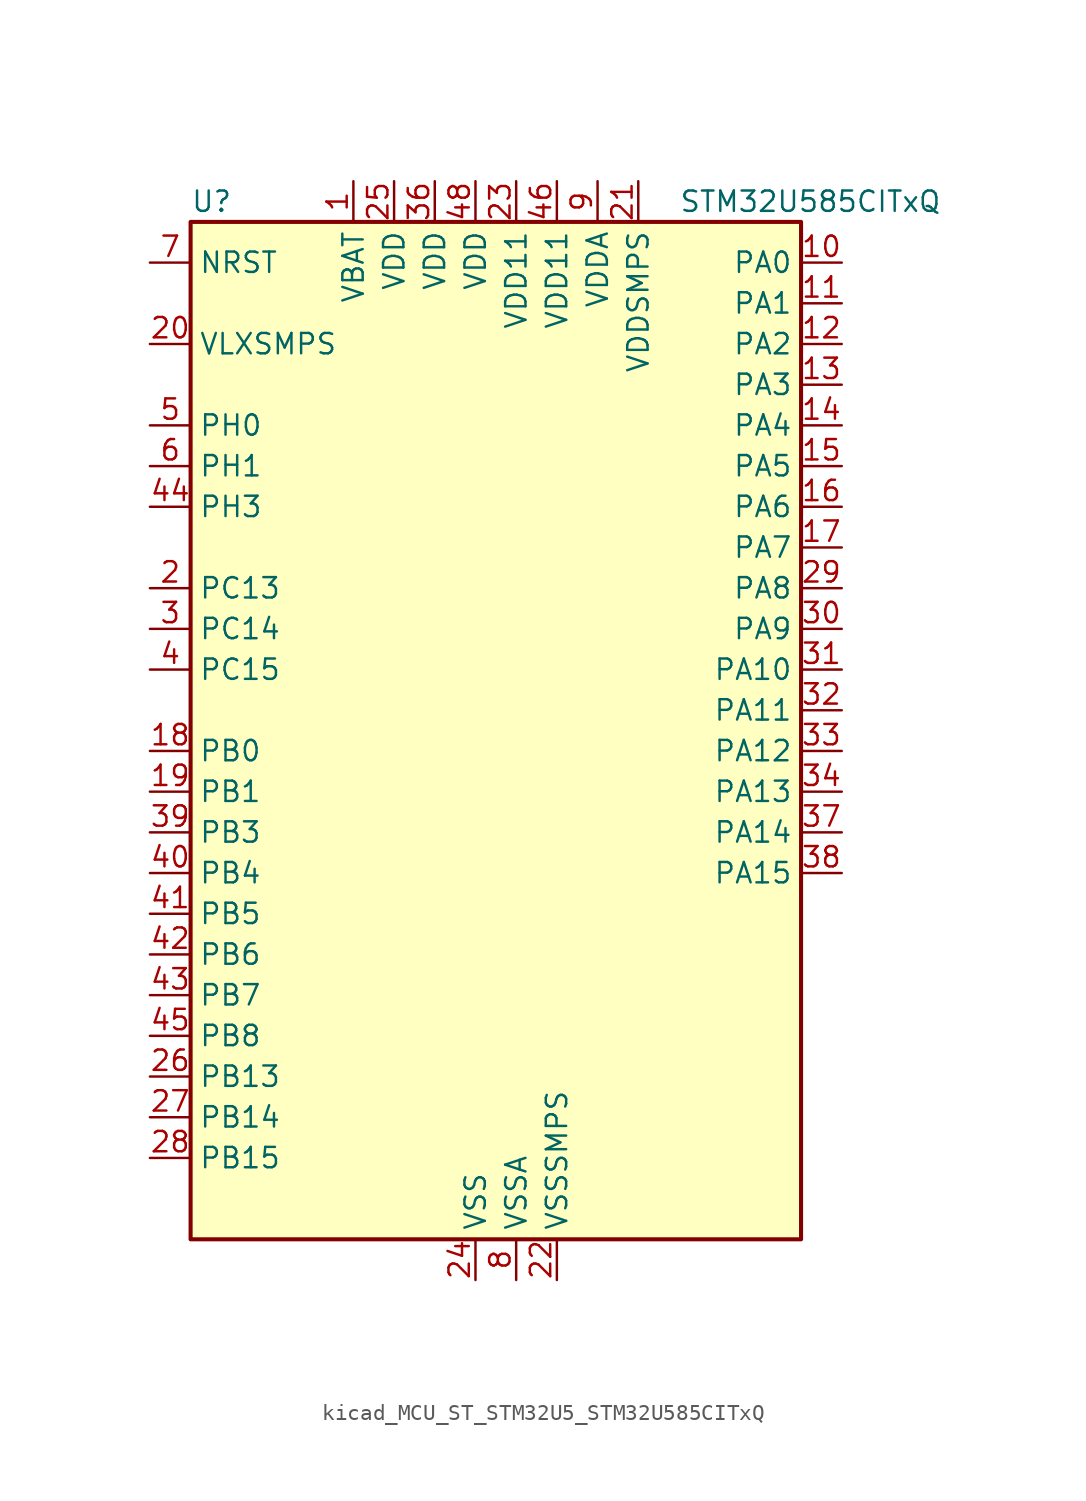
<source format=kicad_sym>
(kicad_symbol_lib
  (version 20220914)
  (generator kicad_symbol_editor)
  (symbol "kicad_MCU_ST_STM32U5_STM32U585CITxQ"
    (property "Reference" "U"
      (at -17.78 34.29 0)
      (effects (font (size 1.27 1.27)) (justify left)))
    (property "Value" "STM32U585CITxQ"
      (at 12.7 34.29 0)
      (effects (font (size 1.27 1.27)) (justify left)))
    (property "ki_locked" ""
      (at 0 0 0)
      (effects (font (size 1.27 1.27))))
    (symbol "kicad_MCU_ST_STM32U5_STM32U585CITxQ_0_1"
      (rectangle (start -17.78 -30.48) (end 20.32 33.02) (stroke (width 0.254) (type default)) (fill (type background))))
    (symbol "kicad_MCU_ST_STM32U5_STM32U585CITxQ_1_1"
      (pin power_in line (at -7.62 35.56 270) (length 2.54) (name "VBAT" (effects (font (size 1.27 1.27)))) (number "1" (effects (font (size 1.27 1.27)))))
      (pin bidirectional line (at 22.86 30.48 180) (length 2.54) (name "PA0" (effects (font (size 1.27 1.27)))) (number "10" (effects (font (size 1.27 1.27)))) (alternate "ADC1_IN5" bidirectional line) (alternate "AUDIOCLK" bidirectional line) (alternate "OCTOSPIM_P2_NCS" bidirectional line) (alternate "OPAMP1_VINP" bidirectional line) (alternate "PWR_WKUP1" bidirectional line) (alternate "SPI3_RDY" bidirectional line) (alternate "TAMP_IN2" bidirectional line) (alternate "TAMP_OUT1" bidirectional line) (alternate "TIM2_CH1" bidirectional line) (alternate "TIM2_ETR" bidirectional line) (alternate "TIM5_CH1" bidirectional line) (alternate "TIM8_ETR" bidirectional line) (alternate "UART4_TX" bidirectional line) (alternate "USART2_CTS" bidirectional line))
      (pin bidirectional line (at 22.86 27.94 180) (length 2.54) (name "PA1" (effects (font (size 1.27 1.27)))) (number "11" (effects (font (size 1.27 1.27)))) (alternate "ADC1_IN6" bidirectional line) (alternate "I2C1_SMBA" bidirectional line) (alternate "LPTIM1_CH2" bidirectional line) (alternate "OCTOSPIM_P1_DQS" bidirectional line) (alternate "OPAMP1_VINM" bidirectional line) (alternate "PWR_WKUP3" bidirectional line) (alternate "SPI1_SCK" bidirectional line) (alternate "TAMP_IN5" bidirectional line) (alternate "TAMP_OUT4" bidirectional line) (alternate "TIM15_CH1N" bidirectional line) (alternate "TIM2_CH2" bidirectional line) (alternate "TIM5_CH2" bidirectional line) (alternate "UART4_RX" bidirectional line) (alternate "USART2_DE" bidirectional line) (alternate "USART2_RTS" bidirectional line))
      (pin bidirectional line (at 22.86 25.4 180) (length 2.54) (name "PA2" (effects (font (size 1.27 1.27)))) (number "12" (effects (font (size 1.27 1.27)))) (alternate "ADC1_IN7" bidirectional line) (alternate "COMP1_INP" bidirectional line) (alternate "LPUART1_TX" bidirectional line) (alternate "OCTOSPIM_P1_NCS" bidirectional line) (alternate "PWR_WKUP4" bidirectional line) (alternate "RCC_LSCO" bidirectional line) (alternate "SPI1_RDY" bidirectional line) (alternate "TIM15_CH1" bidirectional line) (alternate "TIM2_CH3" bidirectional line) (alternate "TIM5_CH3" bidirectional line) (alternate "UCPD1_FRSTX1" bidirectional line) (alternate "USART2_TX" bidirectional line))
      (pin bidirectional line (at 22.86 22.86 180) (length 2.54) (name "PA3" (effects (font (size 1.27 1.27)))) (number "13" (effects (font (size 1.27 1.27)))) (alternate "ADC1_IN8" bidirectional line) (alternate "LPUART1_RX" bidirectional line) (alternate "OCTOSPIM_P1_CLK" bidirectional line) (alternate "OPAMP1_VOUT" bidirectional line) (alternate "PWR_WKUP5" bidirectional line) (alternate "SAI1_CK1" bidirectional line) (alternate "SAI1_MCLK_A" bidirectional line) (alternate "TIM15_CH2" bidirectional line) (alternate "TIM2_CH4" bidirectional line) (alternate "TIM5_CH4" bidirectional line) (alternate "USART2_RX" bidirectional line))
      (pin bidirectional line (at 22.86 20.32 180) (length 2.54) (name "PA4" (effects (font (size 1.27 1.27)))) (number "14" (effects (font (size 1.27 1.27)))) (alternate "ADC1_IN9" bidirectional line) (alternate "ADC4_IN9" bidirectional line) (alternate "DAC1_OUT1" bidirectional line) (alternate "LPTIM2_CH1" bidirectional line) (alternate "OCTOSPIM_P1_NCS" bidirectional line) (alternate "PWR_WKUP2" bidirectional line) (alternate "SAI1_FS_B" bidirectional line) (alternate "SPI1_NSS" bidirectional line) (alternate "SPI3_NSS" bidirectional line) (alternate "USART2_CK" bidirectional line))
      (pin bidirectional line (at 22.86 17.78 180) (length 2.54) (name "PA5" (effects (font (size 1.27 1.27)))) (number "15" (effects (font (size 1.27 1.27)))) (alternate "ADC1_IN10" bidirectional line) (alternate "ADC4_IN10" bidirectional line) (alternate "DAC1_OUT2" bidirectional line) (alternate "LPTIM2_ETR" bidirectional line) (alternate "PWR_CSLEEP" bidirectional line) (alternate "PWR_WKUP6" bidirectional line) (alternate "SPI1_SCK" bidirectional line) (alternate "TIM2_CH1" bidirectional line) (alternate "TIM2_ETR" bidirectional line) (alternate "TIM8_CH1N" bidirectional line) (alternate "USART3_RX" bidirectional line))
      (pin bidirectional line (at 22.86 15.24 180) (length 2.54) (name "PA6" (effects (font (size 1.27 1.27)))) (number "16" (effects (font (size 1.27 1.27)))) (alternate "ADC1_IN11" bidirectional line) (alternate "ADC4_IN11" bidirectional line) (alternate "LPUART1_CTS" bidirectional line) (alternate "OCTOSPIM_P1_IO3" bidirectional line) (alternate "OPAMP2_VINP" bidirectional line) (alternate "PWR_CDSTOP" bidirectional line) (alternate "PWR_WKUP7" bidirectional line) (alternate "SPI1_MISO" bidirectional line) (alternate "TIM16_CH1" bidirectional line) (alternate "TIM1_BKIN" bidirectional line) (alternate "TIM3_CH1" bidirectional line) (alternate "TIM8_BKIN" bidirectional line) (alternate "USART3_CTS" bidirectional line))
      (pin bidirectional line (at 22.86 12.7 180) (length 2.54) (name "PA7" (effects (font (size 1.27 1.27)))) (number "17" (effects (font (size 1.27 1.27)))) (alternate "ADC1_IN12" bidirectional line) (alternate "ADC4_IN20" bidirectional line) (alternate "I2C3_SCL" bidirectional line) (alternate "LPTIM2_CH2" bidirectional line) (alternate "OCTOSPIM_P1_IO2" bidirectional line) (alternate "OPAMP2_VINM" bidirectional line) (alternate "PWR_SRDSTOP" bidirectional line) (alternate "PWR_WKUP8" bidirectional line) (alternate "SPI1_MOSI" bidirectional line) (alternate "TIM17_CH1" bidirectional line) (alternate "TIM1_CH1N" bidirectional line) (alternate "TIM3_CH2" bidirectional line) (alternate "TIM8_CH1N" bidirectional line) (alternate "USART3_TX" bidirectional line))
      (pin bidirectional line (at -20.32 0 0) (length 2.54) (name "PB0" (effects (font (size 1.27 1.27)))) (number "18" (effects (font (size 1.27 1.27)))) (alternate "ADC1_IN15" bidirectional line) (alternate "ADC4_IN18" bidirectional line) (alternate "AUDIOCLK" bidirectional line) (alternate "COMP1_OUT" bidirectional line) (alternate "LPTIM3_CH1" bidirectional line) (alternate "OCTOSPIM_P1_IO1" bidirectional line) (alternate "OPAMP2_VOUT" bidirectional line) (alternate "SPI1_NSS" bidirectional line) (alternate "TIM1_CH2N" bidirectional line) (alternate "TIM3_CH3" bidirectional line) (alternate "TIM8_CH2N" bidirectional line) (alternate "USART3_CK" bidirectional line))
      (pin bidirectional line (at -20.32 -2.54 0) (length 2.54) (name "PB1" (effects (font (size 1.27 1.27)))) (number "19" (effects (font (size 1.27 1.27)))) (alternate "ADC1_IN16" bidirectional line) (alternate "ADC4_IN19" bidirectional line) (alternate "COMP1_INM" bidirectional line) (alternate "LPTIM2_IN1" bidirectional line) (alternate "LPTIM3_CH2" bidirectional line) (alternate "LPUART1_DE" bidirectional line) (alternate "LPUART1_RTS" bidirectional line) (alternate "MDF1_SDI0" bidirectional line) (alternate "OCTOSPIM_P1_IO0" bidirectional line) (alternate "PWR_WKUP4" bidirectional line) (alternate "TIM1_CH3N" bidirectional line) (alternate "TIM3_CH4" bidirectional line) (alternate "TIM8_CH3N" bidirectional line) (alternate "USART3_DE" bidirectional line) (alternate "USART3_RTS" bidirectional line))
      (pin bidirectional line (at -20.32 10.16 0) (length 2.54) (name "PC13" (effects (font (size 1.27 1.27)))) (number "2" (effects (font (size 1.27 1.27)))) (alternate "PWR_WKUP2" bidirectional line) (alternate "RTC_OUT1" bidirectional line) (alternate "RTC_TS" bidirectional line) (alternate "TAMP_IN1" bidirectional line) (alternate "TAMP_OUT2" bidirectional line))
      (pin power_in line (at -20.32 25.4 0) (length 2.54) (name "VLXSMPS" (effects (font (size 1.27 1.27)))) (number "20" (effects (font (size 1.27 1.27)))))
      (pin power_in line (at 10.16 35.56 270) (length 2.54) (name "VDDSMPS" (effects (font (size 1.27 1.27)))) (number "21" (effects (font (size 1.27 1.27)))))
      (pin power_in line (at 5.08 -33.02 90) (length 2.54) (name "VSSSMPS" (effects (font (size 1.27 1.27)))) (number "22" (effects (font (size 1.27 1.27)))))
      (pin power_in line (at 2.54 35.56 270) (length 2.54) (name "VDD11" (effects (font (size 1.27 1.27)))) (number "23" (effects (font (size 1.27 1.27)))))
      (pin power_in line (at 0 -33.02 90) (length 2.54) (name "VSS" (effects (font (size 1.27 1.27)))) (number "24" (effects (font (size 1.27 1.27)))))
      (pin power_in line (at -5.08 35.56 270) (length 2.54) (name "VDD" (effects (font (size 1.27 1.27)))) (number "25" (effects (font (size 1.27 1.27)))))
      (pin bidirectional line (at -20.32 -20.32 0) (length 2.54) (name "PB13" (effects (font (size 1.27 1.27)))) (number "26" (effects (font (size 1.27 1.27)))) (alternate "I2C2_SCL" bidirectional line) (alternate "LPTIM3_IN1" bidirectional line) (alternate "LPUART1_CTS" bidirectional line) (alternate "MDF1_CKI1" bidirectional line) (alternate "SPI2_SCK" bidirectional line) (alternate "TIM15_CH1N" bidirectional line) (alternate "TIM1_CH1N" bidirectional line) (alternate "TSC_G1_IO2" bidirectional line) (alternate "USART3_CTS" bidirectional line))
      (pin bidirectional line (at -20.32 -22.86 0) (length 2.54) (name "PB14" (effects (font (size 1.27 1.27)))) (number "27" (effects (font (size 1.27 1.27)))) (alternate "I2C2_SDA" bidirectional line) (alternate "LPTIM3_ETR" bidirectional line) (alternate "MDF1_SDI2" bidirectional line) (alternate "SPI2_MISO" bidirectional line) (alternate "TIM15_CH1" bidirectional line) (alternate "TIM1_CH2N" bidirectional line) (alternate "TIM8_CH2N" bidirectional line) (alternate "TSC_G1_IO3" bidirectional line) (alternate "UCPD1_DBCC2" bidirectional line) (alternate "USART3_DE" bidirectional line) (alternate "USART3_RTS" bidirectional line))
      (pin bidirectional line (at -20.32 -25.4 0) (length 2.54) (name "PB15" (effects (font (size 1.27 1.27)))) (number "28" (effects (font (size 1.27 1.27)))) (alternate "ADC1_EXTI15" bidirectional line) (alternate "ADC4_EXTI15" bidirectional line) (alternate "LPTIM2_IN2" bidirectional line) (alternate "MDF1_CKI2" bidirectional line) (alternate "PWR_WKUP7" bidirectional line) (alternate "RTC_REFIN" bidirectional line) (alternate "SPI2_MOSI" bidirectional line) (alternate "TIM15_CH2" bidirectional line) (alternate "TIM1_CH3N" bidirectional line) (alternate "TIM8_CH3N" bidirectional line) (alternate "UCPD1_CC2" bidirectional line))
      (pin bidirectional line (at 22.86 10.16 180) (length 2.54) (name "PA8" (effects (font (size 1.27 1.27)))) (number "29" (effects (font (size 1.27 1.27)))) (alternate "DEBUG_TRACECLK" bidirectional line) (alternate "LPTIM2_CH1" bidirectional line) (alternate "RCC_MCO" bidirectional line) (alternate "SAI1_CK2" bidirectional line) (alternate "SAI1_SCK_A" bidirectional line) (alternate "SPI1_RDY" bidirectional line) (alternate "TIM1_CH1" bidirectional line) (alternate "USART1_CK" bidirectional line) (alternate "USB_OTG_FS_SOF" bidirectional line))
      (pin bidirectional line (at -20.32 7.62 0) (length 2.54) (name "PC14" (effects (font (size 1.27 1.27)))) (number "3" (effects (font (size 1.27 1.27)))) (alternate "RCC_OSC32_IN" bidirectional line))
      (pin bidirectional line (at 22.86 7.62 180) (length 2.54) (name "PA9" (effects (font (size 1.27 1.27)))) (number "30" (effects (font (size 1.27 1.27)))) (alternate "DAC1_EXTI9" bidirectional line) (alternate "SAI1_FS_A" bidirectional line) (alternate "SPI2_SCK" bidirectional line) (alternate "TIM15_BKIN" bidirectional line) (alternate "TIM1_CH2" bidirectional line) (alternate "USART1_TX" bidirectional line) (alternate "USB_OTG_FS_VBUS" bidirectional line))
      (pin bidirectional line (at 22.86 5.08 180) (length 2.54) (name "PA10" (effects (font (size 1.27 1.27)))) (number "31" (effects (font (size 1.27 1.27)))) (alternate "CRS_SYNC" bidirectional line) (alternate "LPTIM2_IN2" bidirectional line) (alternate "SAI1_D1" bidirectional line) (alternate "SAI1_SD_A" bidirectional line) (alternate "TIM17_BKIN" bidirectional line) (alternate "TIM1_CH3" bidirectional line) (alternate "USART1_RX" bidirectional line) (alternate "USB_OTG_FS_ID" bidirectional line))
      (pin bidirectional line (at 22.86 2.54 180) (length 2.54) (name "PA11" (effects (font (size 1.27 1.27)))) (number "32" (effects (font (size 1.27 1.27)))) (alternate "ADC1_EXTI11" bidirectional line) (alternate "FDCAN1_RX" bidirectional line) (alternate "SPI1_MISO" bidirectional line) (alternate "TIM1_BKIN2" bidirectional line) (alternate "TIM1_CH4" bidirectional line) (alternate "USART1_CTS" bidirectional line) (alternate "USB_OTG_FS_DM" bidirectional line))
      (pin bidirectional line (at 22.86 0 180) (length 2.54) (name "PA12" (effects (font (size 1.27 1.27)))) (number "33" (effects (font (size 1.27 1.27)))) (alternate "FDCAN1_TX" bidirectional line) (alternate "OCTOSPIM_P2_NCS" bidirectional line) (alternate "SPI1_MOSI" bidirectional line) (alternate "TIM1_ETR" bidirectional line) (alternate "USART1_DE" bidirectional line) (alternate "USART1_RTS" bidirectional line) (alternate "USB_OTG_FS_DP" bidirectional line))
      (pin bidirectional line (at 22.86 -2.54 180) (length 2.54) (name "PA13" (effects (font (size 1.27 1.27)))) (number "34" (effects (font (size 1.27 1.27)))) (alternate "DEBUG_JTMS-SWDIO" bidirectional line) (alternate "IR_OUT" bidirectional line) (alternate "SAI1_SD_B" bidirectional line) (alternate "USB_OTG_FS_NOE" bidirectional line))
      (pin passive line (at 0 -33.02 90) (length 2.54) hide (name "VSS" (effects (font (size 1.27 1.27)))) (number "35" (effects (font (size 1.27 1.27)))))
      (pin power_in line (at -2.54 35.56 270) (length 2.54) (name "VDD" (effects (font (size 1.27 1.27)))) (number "36" (effects (font (size 1.27 1.27)))))
      (pin bidirectional line (at 22.86 -5.08 180) (length 2.54) (name "PA14" (effects (font (size 1.27 1.27)))) (number "37" (effects (font (size 1.27 1.27)))) (alternate "DEBUG_JTCK-SWCLK" bidirectional line) (alternate "I2C1_SMBA" bidirectional line) (alternate "I2C4_SMBA" bidirectional line) (alternate "LPTIM1_CH1" bidirectional line) (alternate "SAI1_FS_B" bidirectional line) (alternate "USB_OTG_FS_SOF" bidirectional line))
      (pin bidirectional line (at 22.86 -7.62 180) (length 2.54) (name "PA15" (effects (font (size 1.27 1.27)))) (number "38" (effects (font (size 1.27 1.27)))) (alternate "ADC1_EXTI15" bidirectional line) (alternate "ADC4_EXTI15" bidirectional line) (alternate "DEBUG_JTDI" bidirectional line) (alternate "SPI1_NSS" bidirectional line) (alternate "SPI3_NSS" bidirectional line) (alternate "TIM2_CH1" bidirectional line) (alternate "TIM2_ETR" bidirectional line) (alternate "UART4_DE" bidirectional line) (alternate "UART4_RTS" bidirectional line) (alternate "UCPD1_CC1" bidirectional line) (alternate "USART2_RX" bidirectional line) (alternate "USART3_DE" bidirectional line) (alternate "USART3_RTS" bidirectional line))
      (pin bidirectional line (at -20.32 -5.08 0) (length 2.54) (name "PB3" (effects (font (size 1.27 1.27)))) (number "39" (effects (font (size 1.27 1.27)))) (alternate "ADF1_CCK0" bidirectional line) (alternate "COMP2_INM" bidirectional line) (alternate "CRS_SYNC" bidirectional line) (alternate "DEBUG_JTDO-SWO" bidirectional line) (alternate "I2C1_SDA" bidirectional line) (alternate "LPTIM1_CH1" bidirectional line) (alternate "SAI1_SCK_B" bidirectional line) (alternate "SPI1_SCK" bidirectional line) (alternate "SPI3_SCK" bidirectional line) (alternate "TIM2_CH2" bidirectional line) (alternate "USART1_DE" bidirectional line) (alternate "USART1_RTS" bidirectional line))
      (pin bidirectional line (at -20.32 5.08 0) (length 2.54) (name "PC15" (effects (font (size 1.27 1.27)))) (number "4" (effects (font (size 1.27 1.27)))) (alternate "ADC1_EXTI15" bidirectional line) (alternate "ADC4_EXTI15" bidirectional line) (alternate "RCC_OSC32_OUT" bidirectional line))
      (pin bidirectional line (at -20.32 -7.62 0) (length 2.54) (name "PB4" (effects (font (size 1.27 1.27)))) (number "40" (effects (font (size 1.27 1.27)))) (alternate "ADF1_SDI0" bidirectional line) (alternate "COMP2_INP" bidirectional line) (alternate "DEBUG_JTRST" bidirectional line) (alternate "I2C3_SDA" bidirectional line) (alternate "LPTIM1_CH2" bidirectional line) (alternate "SAI1_MCLK_B" bidirectional line) (alternate "SPI1_MISO" bidirectional line) (alternate "SPI3_MISO" bidirectional line) (alternate "TIM17_BKIN" bidirectional line) (alternate "TIM3_CH1" bidirectional line) (alternate "TSC_G2_IO1" bidirectional line) (alternate "USART1_CTS" bidirectional line))
      (pin bidirectional line (at -20.32 -10.16 0) (length 2.54) (name "PB5" (effects (font (size 1.27 1.27)))) (number "41" (effects (font (size 1.27 1.27)))) (alternate "COMP2_OUT" bidirectional line) (alternate "I2C1_SMBA" bidirectional line) (alternate "LPTIM1_IN1" bidirectional line) (alternate "OCTOSPIM_P1_NCLK" bidirectional line) (alternate "PWR_WKUP6" bidirectional line) (alternate "SAI1_SD_B" bidirectional line) (alternate "SPI1_MOSI" bidirectional line) (alternate "SPI3_MOSI" bidirectional line) (alternate "TIM16_BKIN" bidirectional line) (alternate "TIM3_CH2" bidirectional line) (alternate "TSC_G2_IO2" bidirectional line) (alternate "UCPD1_DBCC1" bidirectional line) (alternate "USART1_CK" bidirectional line))
      (pin bidirectional line (at -20.32 -12.7 0) (length 2.54) (name "PB6" (effects (font (size 1.27 1.27)))) (number "42" (effects (font (size 1.27 1.27)))) (alternate "COMP2_INP" bidirectional line) (alternate "I2C1_SCL" bidirectional line) (alternate "I2C4_SCL" bidirectional line) (alternate "LPTIM1_ETR" bidirectional line) (alternate "MDF1_SDI5" bidirectional line) (alternate "PWR_WKUP3" bidirectional line) (alternate "SAI1_FS_B" bidirectional line) (alternate "TIM16_CH1N" bidirectional line) (alternate "TIM4_CH1" bidirectional line) (alternate "TIM8_BKIN2" bidirectional line) (alternate "TSC_G2_IO3" bidirectional line) (alternate "USART1_TX" bidirectional line))
      (pin bidirectional line (at -20.32 -15.24 0) (length 2.54) (name "PB7" (effects (font (size 1.27 1.27)))) (number "43" (effects (font (size 1.27 1.27)))) (alternate "COMP2_INM" bidirectional line) (alternate "I2C1_SDA" bidirectional line) (alternate "I2C4_SDA" bidirectional line) (alternate "LPTIM1_IN2" bidirectional line) (alternate "MDF1_CKI5" bidirectional line) (alternate "PWR_PVD_IN" bidirectional line) (alternate "PWR_WKUP4" bidirectional line) (alternate "TIM17_CH1N" bidirectional line) (alternate "TIM4_CH2" bidirectional line) (alternate "TIM8_BKIN" bidirectional line) (alternate "TSC_G2_IO4" bidirectional line) (alternate "UART4_CTS" bidirectional line) (alternate "USART1_RX" bidirectional line))
      (pin bidirectional line (at -20.32 15.24 0) (length 2.54) (name "PH3" (effects (font (size 1.27 1.27)))) (number "44" (effects (font (size 1.27 1.27)))))
      (pin bidirectional line (at -20.32 -17.78 0) (length 2.54) (name "PB8" (effects (font (size 1.27 1.27)))) (number "45" (effects (font (size 1.27 1.27)))) (alternate "FDCAN1_RX" bidirectional line) (alternate "I2C1_SCL" bidirectional line) (alternate "MDF1_CCK0" bidirectional line) (alternate "PWR_WKUP5" bidirectional line) (alternate "SAI1_CK1" bidirectional line) (alternate "SAI1_MCLK_A" bidirectional line) (alternate "SPI3_RDY" bidirectional line) (alternate "TIM16_CH1" bidirectional line) (alternate "TIM4_CH3" bidirectional line))
      (pin power_in line (at 5.08 35.56 270) (length 2.54) (name "VDD11" (effects (font (size 1.27 1.27)))) (number "46" (effects (font (size 1.27 1.27)))))
      (pin passive line (at 0 -33.02 90) (length 2.54) hide (name "VSS" (effects (font (size 1.27 1.27)))) (number "47" (effects (font (size 1.27 1.27)))))
      (pin power_in line (at 0 35.56 270) (length 2.54) (name "VDD" (effects (font (size 1.27 1.27)))) (number "48" (effects (font (size 1.27 1.27)))))
      (pin bidirectional line (at -20.32 20.32 0) (length 2.54) (name "PH0" (effects (font (size 1.27 1.27)))) (number "5" (effects (font (size 1.27 1.27)))) (alternate "RCC_OSC_IN" bidirectional line))
      (pin bidirectional line (at -20.32 17.78 0) (length 2.54) (name "PH1" (effects (font (size 1.27 1.27)))) (number "6" (effects (font (size 1.27 1.27)))) (alternate "RCC_OSC_OUT" bidirectional line))
      (pin input line (at -20.32 30.48 0) (length 2.54) (name "NRST" (effects (font (size 1.27 1.27)))) (number "7" (effects (font (size 1.27 1.27)))))
      (pin power_in line (at 2.54 -33.02 90) (length 2.54) (name "VSSA" (effects (font (size 1.27 1.27)))) (number "8" (effects (font (size 1.27 1.27)))))
      (pin power_in line (at 7.62 35.56 270) (length 2.54) (name "VDDA" (effects (font (size 1.27 1.27)))) (number "9" (effects (font (size 1.27 1.27))))))))
</source>
